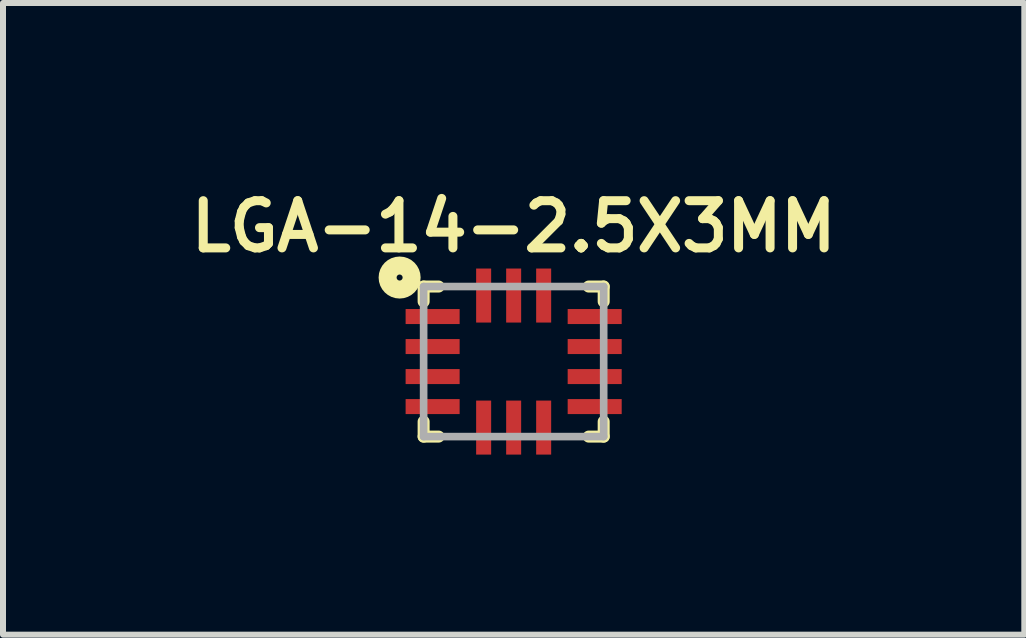
<source format=kicad_pcb>
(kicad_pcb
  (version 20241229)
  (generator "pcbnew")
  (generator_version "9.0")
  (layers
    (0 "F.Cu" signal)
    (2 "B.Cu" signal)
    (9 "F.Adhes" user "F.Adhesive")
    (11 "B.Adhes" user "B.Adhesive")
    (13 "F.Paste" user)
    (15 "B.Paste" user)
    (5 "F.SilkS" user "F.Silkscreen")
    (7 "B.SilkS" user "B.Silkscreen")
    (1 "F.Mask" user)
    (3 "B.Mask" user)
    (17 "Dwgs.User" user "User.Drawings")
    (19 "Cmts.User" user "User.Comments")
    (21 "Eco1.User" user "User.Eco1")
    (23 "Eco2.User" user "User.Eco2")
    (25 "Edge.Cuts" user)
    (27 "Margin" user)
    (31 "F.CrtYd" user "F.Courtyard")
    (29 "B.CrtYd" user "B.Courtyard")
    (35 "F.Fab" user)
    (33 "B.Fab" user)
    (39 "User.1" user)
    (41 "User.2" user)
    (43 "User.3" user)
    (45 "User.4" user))
  (footprint "LGA-14-2.5X3MM"
    (layer "F.Cu")
    (at 5.508 2.974)
    (property "Reference" "LGA-14-2.5X3MM" (at 0 -2.25 0) (layer "F.SilkS") (effects (font (size 0.787 0.787) (thickness 0.15))))
    (attr through_hole)
    (fp_line (start -1.5 -1.25) (end -1.25 -1.25) (stroke (width 0.2) (type solid)) (layer "F.SilkS"))
    (fp_line (start -1.5 -1) (end -1.5 -1.25) (stroke (width 0.2) (type solid)) (layer "F.SilkS"))
    (fp_line (start -1.5 1.25) (end -1.5 1) (stroke (width 0.2) (type solid)) (layer "F.SilkS"))
    (fp_line (start -1.25 1.25) (end -1.5 1.25) (stroke (width 0.2) (type solid)) (layer "F.SilkS"))
    (fp_line (start 1.25 -1.25) (end 1.5 -1.25) (stroke (width 0.2) (type solid)) (layer "F.SilkS"))
    (fp_line (start 1.5 -1.25) (end 1.5 -1) (stroke (width 0.2) (type solid)) (layer "F.SilkS"))
    (fp_line (start 1.5 1) (end 1.5 1.25) (stroke (width 0.2) (type solid)) (layer "F.SilkS"))
    (fp_line (start 1.5 1.25) (end 1.25 1.25) (stroke (width 0.2) (type solid)) (layer "F.SilkS"))
    (fp_circle (center -1.9 -1.4) (end -1.85 -1.4) (stroke (width 0.3) (type solid)) (fill no) (layer "F.SilkS"))
    (fp_line (start -1.5 -1.25) (end 1.5 -1.25) (stroke (width 0.127) (type solid)) (layer "F.Fab"))
    (fp_line (start -1.5 1.25) (end -1.5 -1.25) (stroke (width 0.127) (type solid)) (layer "F.Fab"))
    (fp_line (start 1.5 -1.25) (end 1.5 1.25) (stroke (width 0.127) (type solid)) (layer "F.Fab"))
    (fp_line (start 1.5 1.25) (end -1.5 1.25) (stroke (width 0.127) (type solid)) (layer "F.Fab"))
    (pad "1" smd rect (at -1.35 -0.75) (size 0.9 0.25) (layers "F.Cu" "F.Mask" "F.Paste"))
    (pad "2" smd rect (at -1.35 -0.25) (size 0.9 0.25) (layers "F.Cu" "F.Mask" "F.Paste"))
    (pad "3" smd rect (at -1.35 0.25) (size 0.9 0.25) (layers "F.Cu" "F.Mask" "F.Paste"))
    (pad "4" smd rect (at -1.35 0.75) (size 0.9 0.25) (layers "F.Cu" "F.Mask" "F.Paste"))
    (pad "5" smd rect (at -0.5 1.1 90) (size 0.9 0.25) (layers "F.Cu" "F.Mask" "F.Paste"))
    (pad "6" smd rect (at 0 1.1 90) (size 0.9 0.25) (layers "F.Cu" "F.Mask" "F.Paste"))
    (pad "7" smd rect (at 0.5 1.1 90) (size 0.9 0.25) (layers "F.Cu" "F.Mask" "F.Paste"))
    (pad "8" smd rect (at 1.35 0.75) (size 0.9 0.25) (layers "F.Cu" "F.Mask" "F.Paste"))
    (pad "9" smd rect (at 1.35 0.25) (size 0.9 0.25) (layers "F.Cu" "F.Mask" "F.Paste"))
    (pad "10" smd rect (at 1.35 -0.25) (size 0.9 0.25) (layers "F.Cu" "F.Mask" "F.Paste"))
    (pad "11" smd rect (at 1.35 -0.75) (size 0.9 0.25) (layers "F.Cu" "F.Mask" "F.Paste"))
    (pad "12" smd rect (at 0.5 -1.1 90) (size 0.9 0.25) (layers "F.Cu" "F.Mask" "F.Paste"))
    (pad "13" smd rect (at 0 -1.1 90) (size 0.9 0.25) (layers "F.Cu" "F.Mask" "F.Paste"))
    (pad "14" smd rect (at -0.5 -1.1 90) (size 0.9 0.25) (layers "F.Cu" "F.Mask" "F.Paste")))
  (gr_rect
    (start -3 -3)
    (end 14.016 7.524)
    (stroke (width 0.1) (type default))
    (fill no)
    (layer "Edge.Cuts")))
</source>
